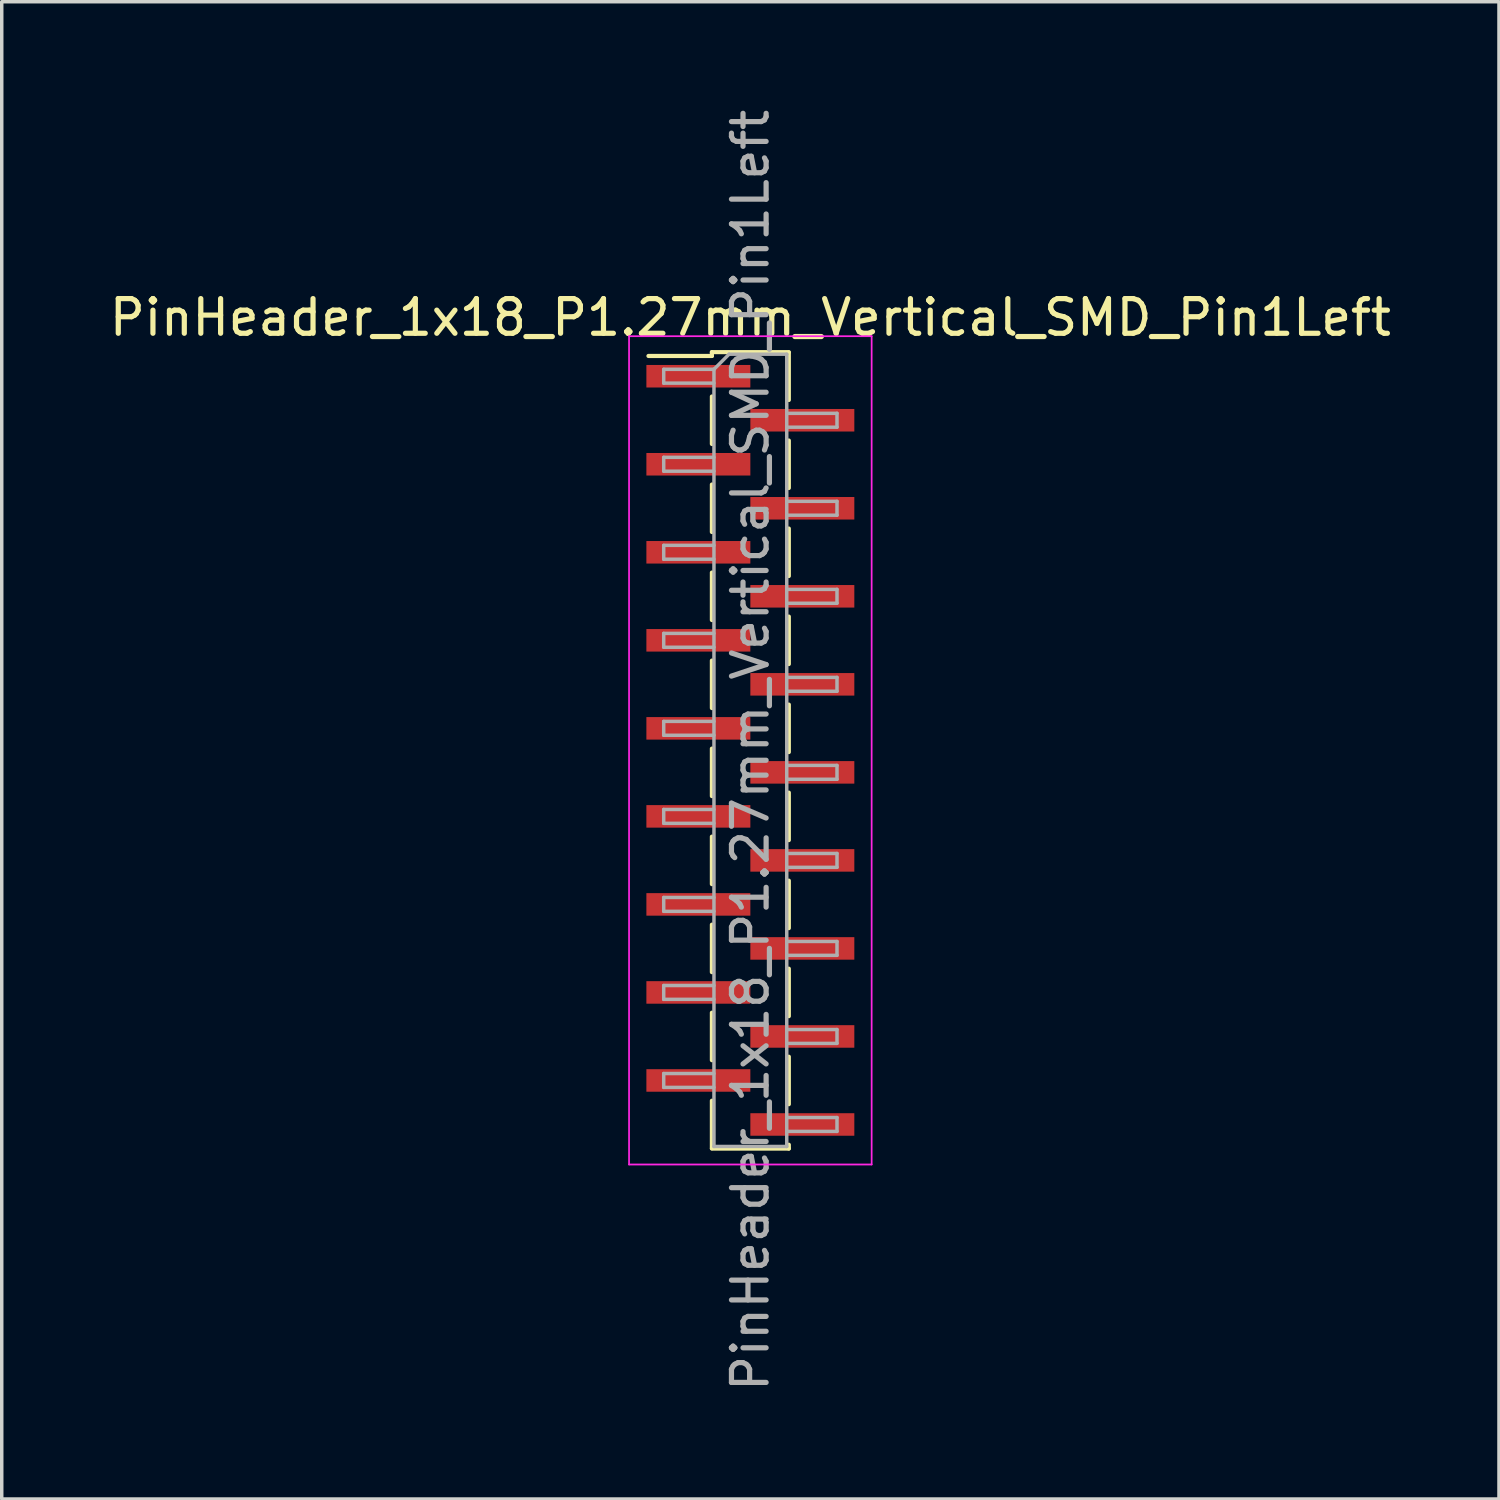
<source format=kicad_pcb>
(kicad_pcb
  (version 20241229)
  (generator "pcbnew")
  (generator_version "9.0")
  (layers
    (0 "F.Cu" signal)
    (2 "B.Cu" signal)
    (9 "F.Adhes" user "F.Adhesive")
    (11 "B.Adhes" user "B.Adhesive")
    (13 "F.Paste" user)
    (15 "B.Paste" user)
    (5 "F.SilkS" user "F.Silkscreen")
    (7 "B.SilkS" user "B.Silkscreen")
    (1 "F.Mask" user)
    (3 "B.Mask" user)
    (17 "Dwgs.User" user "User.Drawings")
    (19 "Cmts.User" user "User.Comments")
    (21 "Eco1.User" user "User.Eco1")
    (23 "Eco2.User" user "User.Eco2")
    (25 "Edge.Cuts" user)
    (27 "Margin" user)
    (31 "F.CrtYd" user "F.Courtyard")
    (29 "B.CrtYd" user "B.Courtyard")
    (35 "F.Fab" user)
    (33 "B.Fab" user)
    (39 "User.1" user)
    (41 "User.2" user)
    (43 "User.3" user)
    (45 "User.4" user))
  (footprint "PinHeader_1x18_P1.27mm_Vertical_SMD_Pin1Left"
    (layer "F.Cu")
    (at 18.601 18.601)
    (property "Reference" "PinHeader_1x18_P1.27mm_Vertical_SMD_Pin1Left" (at 0 -12.49 0) (layer "F.SilkS") (effects (font (size 1 1) (thickness 0.15))))
    (attr smd)
    (fp_line (start -1.11 -11.49) (end -1.11 -11.38) (stroke (width 0.12) (type solid)) (layer "F.SilkS"))
    (fp_line (start -1.11 -11.49) (end 1.11 -11.49) (stroke (width 0.12) (type solid)) (layer "F.SilkS"))
    (fp_line (start -1.11 -11.38) (end -2.94 -11.38) (stroke (width 0.12) (type solid)) (layer "F.SilkS"))
    (fp_line (start -1.11 -10.21) (end -1.11 -8.84) (stroke (width 0.12) (type solid)) (layer "F.SilkS"))
    (fp_line (start -1.11 -7.67) (end -1.11 -6.3) (stroke (width 0.12) (type solid)) (layer "F.SilkS"))
    (fp_line (start -1.11 -5.13) (end -1.11 -3.76) (stroke (width 0.12) (type solid)) (layer "F.SilkS"))
    (fp_line (start -1.11 -2.59) (end -1.11 -1.22) (stroke (width 0.12) (type solid)) (layer "F.SilkS"))
    (fp_line (start -1.11 -0.05) (end -1.11 1.32) (stroke (width 0.12) (type solid)) (layer "F.SilkS"))
    (fp_line (start -1.11 2.49) (end -1.11 3.86) (stroke (width 0.12) (type solid)) (layer "F.SilkS"))
    (fp_line (start -1.11 5.03) (end -1.11 6.4) (stroke (width 0.12) (type solid)) (layer "F.SilkS"))
    (fp_line (start -1.11 7.57) (end -1.11 8.94) (stroke (width 0.12) (type solid)) (layer "F.SilkS"))
    (fp_line (start -1.11 10.11) (end -1.11 11.48) (stroke (width 0.12) (type solid)) (layer "F.SilkS"))
    (fp_line (start -1.11 11.49) (end 1.11 11.49) (stroke (width 0.12) (type solid)) (layer "F.SilkS"))
    (fp_line (start 1.11 -11.48) (end 1.11 -10.11) (stroke (width 0.12) (type solid)) (layer "F.SilkS"))
    (fp_line (start 1.11 -8.94) (end 1.11 -7.57) (stroke (width 0.12) (type solid)) (layer "F.SilkS"))
    (fp_line (start 1.11 -6.4) (end 1.11 -5.03) (stroke (width 0.12) (type solid)) (layer "F.SilkS"))
    (fp_line (start 1.11 -3.86) (end 1.11 -2.49) (stroke (width 0.12) (type solid)) (layer "F.SilkS"))
    (fp_line (start 1.11 -1.32) (end 1.11 0.05) (stroke (width 0.12) (type solid)) (layer "F.SilkS"))
    (fp_line (start 1.11 1.22) (end 1.11 2.59) (stroke (width 0.12) (type solid)) (layer "F.SilkS"))
    (fp_line (start 1.11 3.76) (end 1.11 5.13) (stroke (width 0.12) (type solid)) (layer "F.SilkS"))
    (fp_line (start 1.11 6.3) (end 1.11 7.67) (stroke (width 0.12) (type solid)) (layer "F.SilkS"))
    (fp_line (start 1.11 8.84) (end 1.11 10.21) (stroke (width 0.12) (type solid)) (layer "F.SilkS"))
    (fp_line (start 1.11 11.38) (end 1.11 11.49) (stroke (width 0.12) (type solid)) (layer "F.SilkS"))
    (fp_line (start -3.5 -11.95) (end -3.5 11.95) (stroke (width 0.05) (type solid)) (layer "F.CrtYd"))
    (fp_line (start -3.5 11.95) (end 3.5 11.95) (stroke (width 0.05) (type solid)) (layer "F.CrtYd"))
    (fp_line (start 3.5 -11.95) (end -3.5 -11.95) (stroke (width 0.05) (type solid)) (layer "F.CrtYd"))
    (fp_line (start 3.5 11.95) (end 3.5 -11.95) (stroke (width 0.05) (type solid)) (layer "F.CrtYd"))
    (fp_line (start -2.5 -10.995) (end -2.5 -10.595) (stroke (width 0.1) (type solid)) (layer "F.Fab"))
    (fp_line (start -2.5 -10.595) (end -1.05 -10.595) (stroke (width 0.1) (type solid)) (layer "F.Fab"))
    (fp_line (start -2.5 -8.455) (end -2.5 -8.055) (stroke (width 0.1) (type solid)) (layer "F.Fab"))
    (fp_line (start -2.5 -8.055) (end -1.05 -8.055) (stroke (width 0.1) (type solid)) (layer "F.Fab"))
    (fp_line (start -2.5 -5.915) (end -2.5 -5.515) (stroke (width 0.1) (type solid)) (layer "F.Fab"))
    (fp_line (start -2.5 -5.515) (end -1.05 -5.515) (stroke (width 0.1) (type solid)) (layer "F.Fab"))
    (fp_line (start -2.5 -3.375) (end -2.5 -2.975) (stroke (width 0.1) (type solid)) (layer "F.Fab"))
    (fp_line (start -2.5 -2.975) (end -1.05 -2.975) (stroke (width 0.1) (type solid)) (layer "F.Fab"))
    (fp_line (start -2.5 -0.835) (end -2.5 -0.435) (stroke (width 0.1) (type solid)) (layer "F.Fab"))
    (fp_line (start -2.5 -0.435) (end -1.05 -0.435) (stroke (width 0.1) (type solid)) (layer "F.Fab"))
    (fp_line (start -2.5 1.705) (end -2.5 2.105) (stroke (width 0.1) (type solid)) (layer "F.Fab"))
    (fp_line (start -2.5 2.105) (end -1.05 2.105) (stroke (width 0.1) (type solid)) (layer "F.Fab"))
    (fp_line (start -2.5 4.245) (end -2.5 4.645) (stroke (width 0.1) (type solid)) (layer "F.Fab"))
    (fp_line (start -2.5 4.645) (end -1.05 4.645) (stroke (width 0.1) (type solid)) (layer "F.Fab"))
    (fp_line (start -2.5 6.785) (end -2.5 7.185) (stroke (width 0.1) (type solid)) (layer "F.Fab"))
    (fp_line (start -2.5 7.185) (end -1.05 7.185) (stroke (width 0.1) (type solid)) (layer "F.Fab"))
    (fp_line (start -2.5 9.325) (end -2.5 9.725) (stroke (width 0.1) (type solid)) (layer "F.Fab"))
    (fp_line (start -2.5 9.725) (end -1.05 9.725) (stroke (width 0.1) (type solid)) (layer "F.Fab"))
    (fp_line (start -1.05 -10.995) (end -2.5 -10.995) (stroke (width 0.1) (type solid)) (layer "F.Fab"))
    (fp_line (start -1.05 -10.995) (end -0.615 -11.43) (stroke (width 0.1) (type solid)) (layer "F.Fab"))
    (fp_line (start -1.05 -8.455) (end -2.5 -8.455) (stroke (width 0.1) (type solid)) (layer "F.Fab"))
    (fp_line (start -1.05 -5.915) (end -2.5 -5.915) (stroke (width 0.1) (type solid)) (layer "F.Fab"))
    (fp_line (start -1.05 -3.375) (end -2.5 -3.375) (stroke (width 0.1) (type solid)) (layer "F.Fab"))
    (fp_line (start -1.05 -0.835) (end -2.5 -0.835) (stroke (width 0.1) (type solid)) (layer "F.Fab"))
    (fp_line (start -1.05 1.705) (end -2.5 1.705) (stroke (width 0.1) (type solid)) (layer "F.Fab"))
    (fp_line (start -1.05 4.245) (end -2.5 4.245) (stroke (width 0.1) (type solid)) (layer "F.Fab"))
    (fp_line (start -1.05 6.785) (end -2.5 6.785) (stroke (width 0.1) (type solid)) (layer "F.Fab"))
    (fp_line (start -1.05 9.325) (end -2.5 9.325) (stroke (width 0.1) (type solid)) (layer "F.Fab"))
    (fp_line (start -1.05 11.43) (end -1.05 -10.995) (stroke (width 0.1) (type solid)) (layer "F.Fab"))
    (fp_line (start -0.615 -11.43) (end 1.05 -11.43) (stroke (width 0.1) (type solid)) (layer "F.Fab"))
    (fp_line (start 1.05 -11.43) (end 1.05 11.43) (stroke (width 0.1) (type solid)) (layer "F.Fab"))
    (fp_line (start 1.05 -9.725) (end 2.5 -9.725) (stroke (width 0.1) (type solid)) (layer "F.Fab"))
    (fp_line (start 1.05 -7.185) (end 2.5 -7.185) (stroke (width 0.1) (type solid)) (layer "F.Fab"))
    (fp_line (start 1.05 -4.645) (end 2.5 -4.645) (stroke (width 0.1) (type solid)) (layer "F.Fab"))
    (fp_line (start 1.05 -2.105) (end 2.5 -2.105) (stroke (width 0.1) (type solid)) (layer "F.Fab"))
    (fp_line (start 1.05 0.435) (end 2.5 0.435) (stroke (width 0.1) (type solid)) (layer "F.Fab"))
    (fp_line (start 1.05 2.975) (end 2.5 2.975) (stroke (width 0.1) (type solid)) (layer "F.Fab"))
    (fp_line (start 1.05 5.515) (end 2.5 5.515) (stroke (width 0.1) (type solid)) (layer "F.Fab"))
    (fp_line (start 1.05 8.055) (end 2.5 8.055) (stroke (width 0.1) (type solid)) (layer "F.Fab"))
    (fp_line (start 1.05 10.595) (end 2.5 10.595) (stroke (width 0.1) (type solid)) (layer "F.Fab"))
    (fp_line (start 1.05 11.43) (end -1.05 11.43) (stroke (width 0.1) (type solid)) (layer "F.Fab"))
    (fp_line (start 2.5 -9.725) (end 2.5 -9.325) (stroke (width 0.1) (type solid)) (layer "F.Fab"))
    (fp_line (start 2.5 -9.325) (end 1.05 -9.325) (stroke (width 0.1) (type solid)) (layer "F.Fab"))
    (fp_line (start 2.5 -7.185) (end 2.5 -6.785) (stroke (width 0.1) (type solid)) (layer "F.Fab"))
    (fp_line (start 2.5 -6.785) (end 1.05 -6.785) (stroke (width 0.1) (type solid)) (layer "F.Fab"))
    (fp_line (start 2.5 -4.645) (end 2.5 -4.245) (stroke (width 0.1) (type solid)) (layer "F.Fab"))
    (fp_line (start 2.5 -4.245) (end 1.05 -4.245) (stroke (width 0.1) (type solid)) (layer "F.Fab"))
    (fp_line (start 2.5 -2.105) (end 2.5 -1.705) (stroke (width 0.1) (type solid)) (layer "F.Fab"))
    (fp_line (start 2.5 -1.705) (end 1.05 -1.705) (stroke (width 0.1) (type solid)) (layer "F.Fab"))
    (fp_line (start 2.5 0.435) (end 2.5 0.835) (stroke (width 0.1) (type solid)) (layer "F.Fab"))
    (fp_line (start 2.5 0.835) (end 1.05 0.835) (stroke (width 0.1) (type solid)) (layer "F.Fab"))
    (fp_line (start 2.5 2.975) (end 2.5 3.375) (stroke (width 0.1) (type solid)) (layer "F.Fab"))
    (fp_line (start 2.5 3.375) (end 1.05 3.375) (stroke (width 0.1) (type solid)) (layer "F.Fab"))
    (fp_line (start 2.5 5.515) (end 2.5 5.915) (stroke (width 0.1) (type solid)) (layer "F.Fab"))
    (fp_line (start 2.5 5.915) (end 1.05 5.915) (stroke (width 0.1) (type solid)) (layer "F.Fab"))
    (fp_line (start 2.5 8.055) (end 2.5 8.455) (stroke (width 0.1) (type solid)) (layer "F.Fab"))
    (fp_line (start 2.5 8.455) (end 1.05 8.455) (stroke (width 0.1) (type solid)) (layer "F.Fab"))
    (fp_line (start 2.5 10.595) (end 2.5 10.995) (stroke (width 0.1) (type solid)) (layer "F.Fab"))
    (fp_line (start 2.5 10.995) (end 1.05 10.995) (stroke (width 0.1) (type solid)) (layer "F.Fab"))
    (fp_text user "${REFERENCE}" (at 0 0 90) (layer "F.Fab") (effects (font (size 1 1) (thickness 0.15))))
    (pad "1" smd rect (at -1.5 -10.795) (size 3 0.65) (layers "F.Cu" "F.Mask" "F.Paste"))
    (pad "2" smd rect (at 1.5 -9.525) (size 3 0.65) (layers "F.Cu" "F.Mask" "F.Paste"))
    (pad "3" smd rect (at -1.5 -8.255) (size 3 0.65) (layers "F.Cu" "F.Mask" "F.Paste"))
    (pad "4" smd rect (at 1.5 -6.985) (size 3 0.65) (layers "F.Cu" "F.Mask" "F.Paste"))
    (pad "5" smd rect (at -1.5 -5.715) (size 3 0.65) (layers "F.Cu" "F.Mask" "F.Paste"))
    (pad "6" smd rect (at 1.5 -4.445) (size 3 0.65) (layers "F.Cu" "F.Mask" "F.Paste"))
    (pad "7" smd rect (at -1.5 -3.175) (size 3 0.65) (layers "F.Cu" "F.Mask" "F.Paste"))
    (pad "8" smd rect (at 1.5 -1.905) (size 3 0.65) (layers "F.Cu" "F.Mask" "F.Paste"))
    (pad "9" smd rect (at -1.5 -0.635) (size 3 0.65) (layers "F.Cu" "F.Mask" "F.Paste"))
    (pad "10" smd rect (at 1.5 0.635) (size 3 0.65) (layers "F.Cu" "F.Mask" "F.Paste"))
    (pad "11" smd rect (at -1.5 1.905) (size 3 0.65) (layers "F.Cu" "F.Mask" "F.Paste"))
    (pad "12" smd rect (at 1.5 3.175) (size 3 0.65) (layers "F.Cu" "F.Mask" "F.Paste"))
    (pad "13" smd rect (at -1.5 4.445) (size 3 0.65) (layers "F.Cu" "F.Mask" "F.Paste"))
    (pad "14" smd rect (at 1.5 5.715) (size 3 0.65) (layers "F.Cu" "F.Mask" "F.Paste"))
    (pad "15" smd rect (at -1.5 6.985) (size 3 0.65) (layers "F.Cu" "F.Mask" "F.Paste"))
    (pad "16" smd rect (at 1.5 8.255) (size 3 0.65) (layers "F.Cu" "F.Mask" "F.Paste"))
    (pad "17" smd rect (at -1.5 9.525) (size 3 0.65) (layers "F.Cu" "F.Mask" "F.Paste"))
    (pad "18" smd rect (at 1.5 10.795) (size 3 0.65) (layers "F.Cu" "F.Mask" "F.Paste")))
  (gr_rect
    (start -3 -3)
    (end 40.202 40.202)
    (stroke (width 0.1) (type default))
    (fill no)
    (layer "Edge.Cuts")))
</source>
